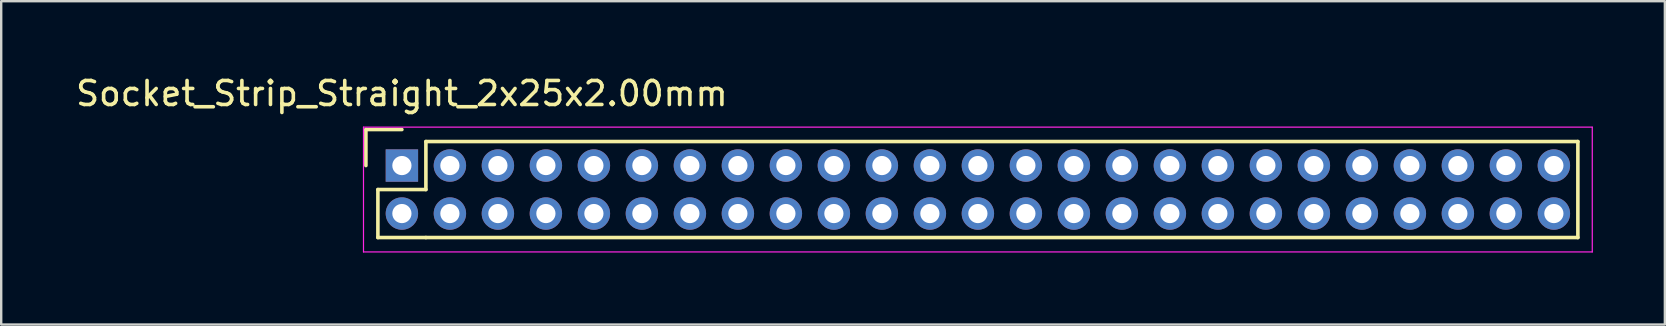
<source format=kicad_pcb>
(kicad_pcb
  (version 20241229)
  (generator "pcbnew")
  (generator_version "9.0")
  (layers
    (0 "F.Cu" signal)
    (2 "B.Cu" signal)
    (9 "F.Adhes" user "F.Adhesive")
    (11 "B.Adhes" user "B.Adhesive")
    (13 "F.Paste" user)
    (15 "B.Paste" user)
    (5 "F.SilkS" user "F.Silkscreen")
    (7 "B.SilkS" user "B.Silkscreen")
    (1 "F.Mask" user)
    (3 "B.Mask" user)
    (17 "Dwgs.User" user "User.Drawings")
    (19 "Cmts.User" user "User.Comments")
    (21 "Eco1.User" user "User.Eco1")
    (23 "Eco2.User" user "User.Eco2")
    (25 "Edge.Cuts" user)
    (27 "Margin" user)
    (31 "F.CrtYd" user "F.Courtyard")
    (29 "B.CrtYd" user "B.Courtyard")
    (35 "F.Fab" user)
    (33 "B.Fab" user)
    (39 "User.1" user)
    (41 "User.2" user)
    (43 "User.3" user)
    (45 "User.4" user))
  (footprint "Socket_Strip_Straight_2x25x2.00mm"
    (layer "F.Cu")
    (at 13.696 3.848)
    (property "Reference" "Socket_Strip_Straight_2x25x2.00mm" (at 0 -3 0) (layer "F.SilkS") (effects (font (size 1 1) (thickness 0.15))))
    (attr through_hole)
    (fp_line (start -1.5 -1.5) (end -1.5 0) (stroke (width 0.15) (type solid)) (layer "F.SilkS"))
    (fp_line (start -1 1) (end -1 3) (stroke (width 0.15) (type solid)) (layer "F.SilkS"))
    (fp_line (start -1 3) (end 1 3) (stroke (width 0.15) (type solid)) (layer "F.SilkS"))
    (fp_line (start 0 -1.5) (end -1.5 -1.5) (stroke (width 0.15) (type solid)) (layer "F.SilkS"))
    (fp_line (start 1 -1) (end 1 1) (stroke (width 0.15) (type solid)) (layer "F.SilkS"))
    (fp_line (start 1 1) (end -1 1) (stroke (width 0.15) (type solid)) (layer "F.SilkS"))
    (fp_line (start 1 3) (end 49 3) (stroke (width 0.15) (type solid)) (layer "F.SilkS"))
    (fp_line (start 49 -1) (end 1 -1) (stroke (width 0.15) (type solid)) (layer "F.SilkS"))
    (fp_line (start 49 3) (end 49 -1) (stroke (width 0.15) (type solid)) (layer "F.SilkS"))
    (fp_line (start -1.6 -1.6) (end -1.6 3.6) (stroke (width 0.05) (type solid)) (layer "F.CrtYd"))
    (fp_line (start -1.6 3.6) (end 49.6 3.6) (stroke (width 0.05) (type solid)) (layer "F.CrtYd"))
    (fp_line (start 49.6 -1.6) (end -1.6 -1.6) (stroke (width 0.05) (type solid)) (layer "F.CrtYd"))
    (fp_line (start 49.6 3.6) (end 49.6 -1.6) (stroke (width 0.05) (type solid)) (layer "F.CrtYd"))
    (pad "1" thru_hole rect (at 0 0) (size 1.35 1.35) (drill 0.8) (layers "*.Cu" "*.Mask"))
    (pad "2" thru_hole circle (at 0 2) (size 1.35 1.35) (drill 0.8) (layers "*.Cu" "*.Mask"))
    (pad "3" thru_hole circle (at 2 0) (size 1.35 1.35) (drill 0.8) (layers "*.Cu" "*.Mask"))
    (pad "4" thru_hole circle (at 2 2) (size 1.35 1.35) (drill 0.8) (layers "*.Cu" "*.Mask"))
    (pad "5" thru_hole circle (at 4 0) (size 1.35 1.35) (drill 0.8) (layers "*.Cu" "*.Mask"))
    (pad "6" thru_hole circle (at 4 2) (size 1.35 1.35) (drill 0.8) (layers "*.Cu" "*.Mask"))
    (pad "7" thru_hole circle (at 6 0) (size 1.35 1.35) (drill 0.8) (layers "*.Cu" "*.Mask"))
    (pad "8" thru_hole circle (at 6 2) (size 1.35 1.35) (drill 0.8) (layers "*.Cu" "*.Mask"))
    (pad "9" thru_hole circle (at 8 0) (size 1.35 1.35) (drill 0.8) (layers "*.Cu" "*.Mask"))
    (pad "10" thru_hole circle (at 8 2) (size 1.35 1.35) (drill 0.8) (layers "*.Cu" "*.Mask"))
    (pad "11" thru_hole circle (at 10 0) (size 1.35 1.35) (drill 0.8) (layers "*.Cu" "*.Mask"))
    (pad "12" thru_hole circle (at 10 2) (size 1.35 1.35) (drill 0.8) (layers "*.Cu" "*.Mask"))
    (pad "13" thru_hole circle (at 12 0) (size 1.35 1.35) (drill 0.8) (layers "*.Cu" "*.Mask"))
    (pad "14" thru_hole circle (at 12 2) (size 1.35 1.35) (drill 0.8) (layers "*.Cu" "*.Mask"))
    (pad "15" thru_hole circle (at 14 0) (size 1.35 1.35) (drill 0.8) (layers "*.Cu" "*.Mask"))
    (pad "16" thru_hole circle (at 14 2) (size 1.35 1.35) (drill 0.8) (layers "*.Cu" "*.Mask"))
    (pad "17" thru_hole circle (at 16 0) (size 1.35 1.35) (drill 0.8) (layers "*.Cu" "*.Mask"))
    (pad "18" thru_hole circle (at 16 2) (size 1.35 1.35) (drill 0.8) (layers "*.Cu" "*.Mask"))
    (pad "19" thru_hole circle (at 18 0) (size 1.35 1.35) (drill 0.8) (layers "*.Cu" "*.Mask"))
    (pad "20" thru_hole circle (at 18 2) (size 1.35 1.35) (drill 0.8) (layers "*.Cu" "*.Mask"))
    (pad "21" thru_hole circle (at 20 0) (size 1.35 1.35) (drill 0.8) (layers "*.Cu" "*.Mask"))
    (pad "22" thru_hole circle (at 20 2) (size 1.35 1.35) (drill 0.8) (layers "*.Cu" "*.Mask"))
    (pad "23" thru_hole circle (at 22 0) (size 1.35 1.35) (drill 0.8) (layers "*.Cu" "*.Mask"))
    (pad "24" thru_hole circle (at 22 2) (size 1.35 1.35) (drill 0.8) (layers "*.Cu" "*.Mask"))
    (pad "25" thru_hole circle (at 24 0) (size 1.35 1.35) (drill 0.8) (layers "*.Cu" "*.Mask"))
    (pad "26" thru_hole circle (at 24 2) (size 1.35 1.35) (drill 0.8) (layers "*.Cu" "*.Mask"))
    (pad "27" thru_hole circle (at 26 0) (size 1.35 1.35) (drill 0.8) (layers "*.Cu" "*.Mask"))
    (pad "28" thru_hole circle (at 26 2) (size 1.35 1.35) (drill 0.8) (layers "*.Cu" "*.Mask"))
    (pad "29" thru_hole circle (at 28 0) (size 1.35 1.35) (drill 0.8) (layers "*.Cu" "*.Mask"))
    (pad "30" thru_hole circle (at 28 2) (size 1.35 1.35) (drill 0.8) (layers "*.Cu" "*.Mask"))
    (pad "31" thru_hole circle (at 30 0) (size 1.35 1.35) (drill 0.8) (layers "*.Cu" "*.Mask"))
    (pad "32" thru_hole circle (at 30 2) (size 1.35 1.35) (drill 0.8) (layers "*.Cu" "*.Mask"))
    (pad "33" thru_hole circle (at 32 0) (size 1.35 1.35) (drill 0.8) (layers "*.Cu" "*.Mask"))
    (pad "34" thru_hole circle (at 32 2) (size 1.35 1.35) (drill 0.8) (layers "*.Cu" "*.Mask"))
    (pad "35" thru_hole circle (at 34 0) (size 1.35 1.35) (drill 0.8) (layers "*.Cu" "*.Mask"))
    (pad "36" thru_hole circle (at 34 2) (size 1.35 1.35) (drill 0.8) (layers "*.Cu" "*.Mask"))
    (pad "37" thru_hole circle (at 36 0) (size 1.35 1.35) (drill 0.8) (layers "*.Cu" "*.Mask"))
    (pad "38" thru_hole circle (at 36 2) (size 1.35 1.35) (drill 0.8) (layers "*.Cu" "*.Mask"))
    (pad "39" thru_hole circle (at 38 0) (size 1.35 1.35) (drill 0.8) (layers "*.Cu" "*.Mask"))
    (pad "40" thru_hole circle (at 38 2) (size 1.35 1.35) (drill 0.8) (layers "*.Cu" "*.Mask"))
    (pad "41" thru_hole circle (at 40 0) (size 1.35 1.35) (drill 0.8) (layers "*.Cu" "*.Mask"))
    (pad "42" thru_hole circle (at 40 2) (size 1.35 1.35) (drill 0.8) (layers "*.Cu" "*.Mask"))
    (pad "43" thru_hole circle (at 42 0) (size 1.35 1.35) (drill 0.8) (layers "*.Cu" "*.Mask"))
    (pad "44" thru_hole circle (at 42 2) (size 1.35 1.35) (drill 0.8) (layers "*.Cu" "*.Mask"))
    (pad "45" thru_hole circle (at 44 0) (size 1.35 1.35) (drill 0.8) (layers "*.Cu" "*.Mask"))
    (pad "46" thru_hole circle (at 44 2) (size 1.35 1.35) (drill 0.8) (layers "*.Cu" "*.Mask"))
    (pad "47" thru_hole circle (at 46 0) (size 1.35 1.35) (drill 0.8) (layers "*.Cu" "*.Mask"))
    (pad "48" thru_hole circle (at 46 2) (size 1.35 1.35) (drill 0.8) (layers "*.Cu" "*.Mask"))
    (pad "49" thru_hole circle (at 48 0) (size 1.35 1.35) (drill 0.8) (layers "*.Cu" "*.Mask"))
    (pad "50" thru_hole circle (at 48 2) (size 1.35 1.35) (drill 0.8) (layers "*.Cu" "*.Mask")))
  (gr_rect
    (start -3 -3)
    (end 66.321 10.473)
    (stroke (width 0.1) (type default))
    (fill no)
    (layer "Edge.Cuts")))
</source>
